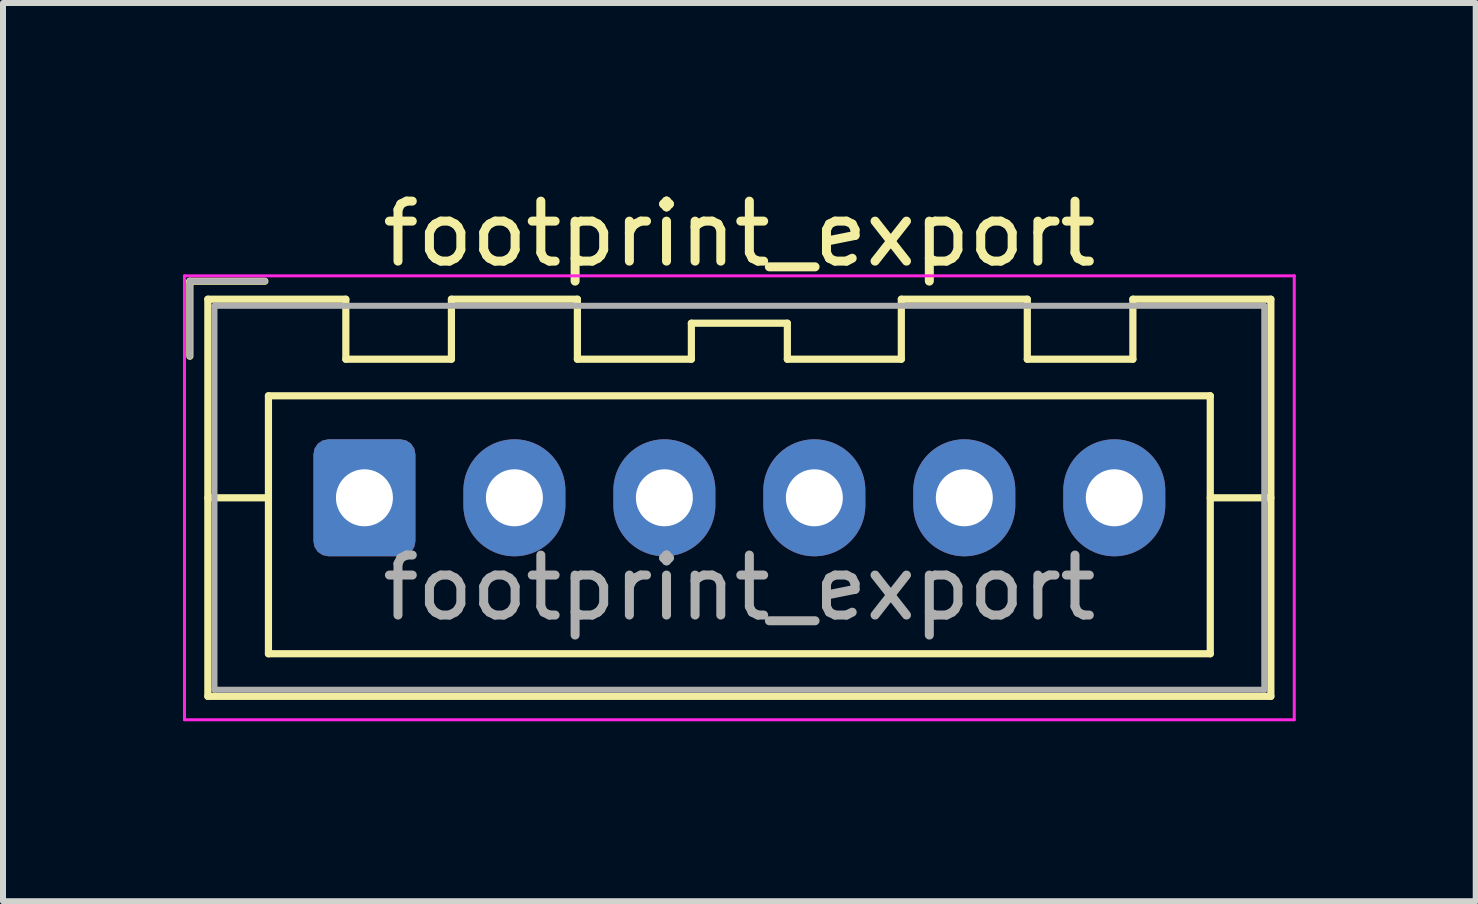
<source format=kicad_pcb>
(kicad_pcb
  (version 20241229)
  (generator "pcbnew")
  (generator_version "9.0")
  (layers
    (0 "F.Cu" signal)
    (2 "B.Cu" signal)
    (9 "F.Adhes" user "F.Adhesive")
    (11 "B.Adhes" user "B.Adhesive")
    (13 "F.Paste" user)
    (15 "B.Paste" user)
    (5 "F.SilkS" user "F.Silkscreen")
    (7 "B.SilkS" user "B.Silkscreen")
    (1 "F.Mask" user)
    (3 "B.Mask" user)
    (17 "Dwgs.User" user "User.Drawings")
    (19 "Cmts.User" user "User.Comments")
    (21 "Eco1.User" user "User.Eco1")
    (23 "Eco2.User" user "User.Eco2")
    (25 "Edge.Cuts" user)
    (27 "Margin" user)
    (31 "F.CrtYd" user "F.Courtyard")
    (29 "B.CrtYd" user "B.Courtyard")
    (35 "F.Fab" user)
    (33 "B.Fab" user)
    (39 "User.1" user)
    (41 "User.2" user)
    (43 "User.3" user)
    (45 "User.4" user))
  (footprint "footprint_export"
    (layer "F.Cu")
    (at 3.025 5.248)
    (property "Reference" "footprint_export" (at 6.25 -4.4 0) (layer "F.SilkS") (effects (font (size 1 1) (thickness 0.15))))
    (attr through_hole)
    (fp_line (start -2.91 -3.61) (end -2.91 -2.36) (stroke (width 0.12) (type solid)) (layer "F.SilkS"))
    (fp_line (start -2.61 -3.31) (end -2.61 3.31) (stroke (width 0.12) (type solid)) (layer "F.SilkS"))
    (fp_line (start -2.61 0) (end -1.6 0) (stroke (width 0.12) (type solid)) (layer "F.SilkS"))
    (fp_line (start -2.61 3.31) (end 15.11 3.31) (stroke (width 0.12) (type solid)) (layer "F.SilkS"))
    (fp_line (start -1.66 -3.61) (end -2.91 -3.61) (stroke (width 0.12) (type solid)) (layer "F.SilkS"))
    (fp_line (start -1.6 -1.7) (end -1.6 2.6) (stroke (width 0.12) (type solid)) (layer "F.SilkS"))
    (fp_line (start -1.6 2.6) (end 14.1 2.6) (stroke (width 0.12) (type solid)) (layer "F.SilkS"))
    (fp_line (start -0.31 -3.31) (end -2.61 -3.31) (stroke (width 0.12) (type solid)) (layer "F.SilkS"))
    (fp_line (start -0.31 -2.31) (end -0.31 -3.31) (stroke (width 0.12) (type solid)) (layer "F.SilkS"))
    (fp_line (start 1.45 -3.31) (end 1.45 -2.31) (stroke (width 0.12) (type solid)) (layer "F.SilkS"))
    (fp_line (start 1.45 -2.31) (end -0.31 -2.31) (stroke (width 0.12) (type solid)) (layer "F.SilkS"))
    (fp_line (start 3.55 -3.31) (end 1.45 -3.31) (stroke (width 0.12) (type solid)) (layer "F.SilkS"))
    (fp_line (start 3.55 -2.31) (end 3.55 -3.31) (stroke (width 0.12) (type solid)) (layer "F.SilkS"))
    (fp_line (start 5.45 -2.91) (end 5.45 -2.31) (stroke (width 0.12) (type solid)) (layer "F.SilkS"))
    (fp_line (start 5.45 -2.31) (end 3.55 -2.31) (stroke (width 0.12) (type solid)) (layer "F.SilkS"))
    (fp_line (start 7.05 -2.91) (end 5.45 -2.91) (stroke (width 0.12) (type solid)) (layer "F.SilkS"))
    (fp_line (start 7.05 -2.31) (end 7.05 -2.91) (stroke (width 0.12) (type solid)) (layer "F.SilkS"))
    (fp_line (start 8.95 -3.31) (end 8.95 -2.31) (stroke (width 0.12) (type solid)) (layer "F.SilkS"))
    (fp_line (start 8.95 -2.31) (end 7.05 -2.31) (stroke (width 0.12) (type solid)) (layer "F.SilkS"))
    (fp_line (start 11.05 -3.31) (end 8.95 -3.31) (stroke (width 0.12) (type solid)) (layer "F.SilkS"))
    (fp_line (start 11.05 -2.31) (end 11.05 -3.31) (stroke (width 0.12) (type solid)) (layer "F.SilkS"))
    (fp_line (start 12.81 -3.31) (end 12.81 -2.31) (stroke (width 0.12) (type solid)) (layer "F.SilkS"))
    (fp_line (start 12.81 -2.31) (end 11.05 -2.31) (stroke (width 0.12) (type solid)) (layer "F.SilkS"))
    (fp_line (start 14.1 -1.7) (end -1.6 -1.7) (stroke (width 0.12) (type solid)) (layer "F.SilkS"))
    (fp_line (start 14.1 2.6) (end 14.1 -1.7) (stroke (width 0.12) (type solid)) (layer "F.SilkS"))
    (fp_line (start 15.11 -3.31) (end 12.81 -3.31) (stroke (width 0.12) (type solid)) (layer "F.SilkS"))
    (fp_line (start 15.11 0) (end 14.1 0) (stroke (width 0.12) (type solid)) (layer "F.SilkS"))
    (fp_line (start 15.11 3.31) (end 15.11 -3.31) (stroke (width 0.12) (type solid)) (layer "F.SilkS"))
    (fp_line (start -3 -3.7) (end -3 3.7) (stroke (width 0.05) (type solid)) (layer "F.CrtYd"))
    (fp_line (start -3 3.7) (end 15.5 3.7) (stroke (width 0.05) (type solid)) (layer "F.CrtYd"))
    (fp_line (start 15.5 -3.7) (end -3 -3.7) (stroke (width 0.05) (type solid)) (layer "F.CrtYd"))
    (fp_line (start 15.5 3.7) (end 15.5 -3.7) (stroke (width 0.05) (type solid)) (layer "F.CrtYd"))
    (fp_line (start -2.91 -3.61) (end -2.91 -2.36) (stroke (width 0.1) (type solid)) (layer "F.Fab"))
    (fp_line (start -2.5 -3.2) (end -2.5 3.2) (stroke (width 0.1) (type solid)) (layer "F.Fab"))
    (fp_line (start -2.5 3.2) (end 15 3.2) (stroke (width 0.1) (type solid)) (layer "F.Fab"))
    (fp_line (start -1.66 -3.61) (end -2.91 -3.61) (stroke (width 0.1) (type solid)) (layer "F.Fab"))
    (fp_line (start 15 -3.2) (end -2.5 -3.2) (stroke (width 0.1) (type solid)) (layer "F.Fab"))
    (fp_line (start 15 3.2) (end 15 -3.2) (stroke (width 0.1) (type solid)) (layer "F.Fab"))
    (fp_text user "${REFERENCE}" (at 6.25 1.5 0) (layer "F.Fab") (effects (font (size 1 1) (thickness 0.15))))
    (pad "1" thru_hole roundrect (at 0 0) (size 1.7 1.95) (drill 0.95) (layers "*.Cu" "*.Mask") (roundrect_rratio 0.147))
    (pad "2" thru_hole oval (at 2.5 0) (size 1.7 1.95) (drill 0.95) (layers "*.Cu" "*.Mask"))
    (pad "3" thru_hole oval (at 5 0) (size 1.7 1.95) (drill 0.95) (layers "*.Cu" "*.Mask"))
    (pad "4" thru_hole oval (at 7.5 0) (size 1.7 1.95) (drill 0.95) (layers "*.Cu" "*.Mask"))
    (pad "5" thru_hole oval (at 10 0) (size 1.7 1.95) (drill 0.95) (layers "*.Cu" "*.Mask"))
    (pad "6" thru_hole oval (at 12.5 0) (size 1.7 1.95) (drill 0.95) (layers "*.Cu" "*.Mask")))
  (gr_rect
    (start -3 -3)
    (end 21.55 11.973)
    (stroke (width 0.1) (type default))
    (fill no)
    (layer "Edge.Cuts")))
</source>
